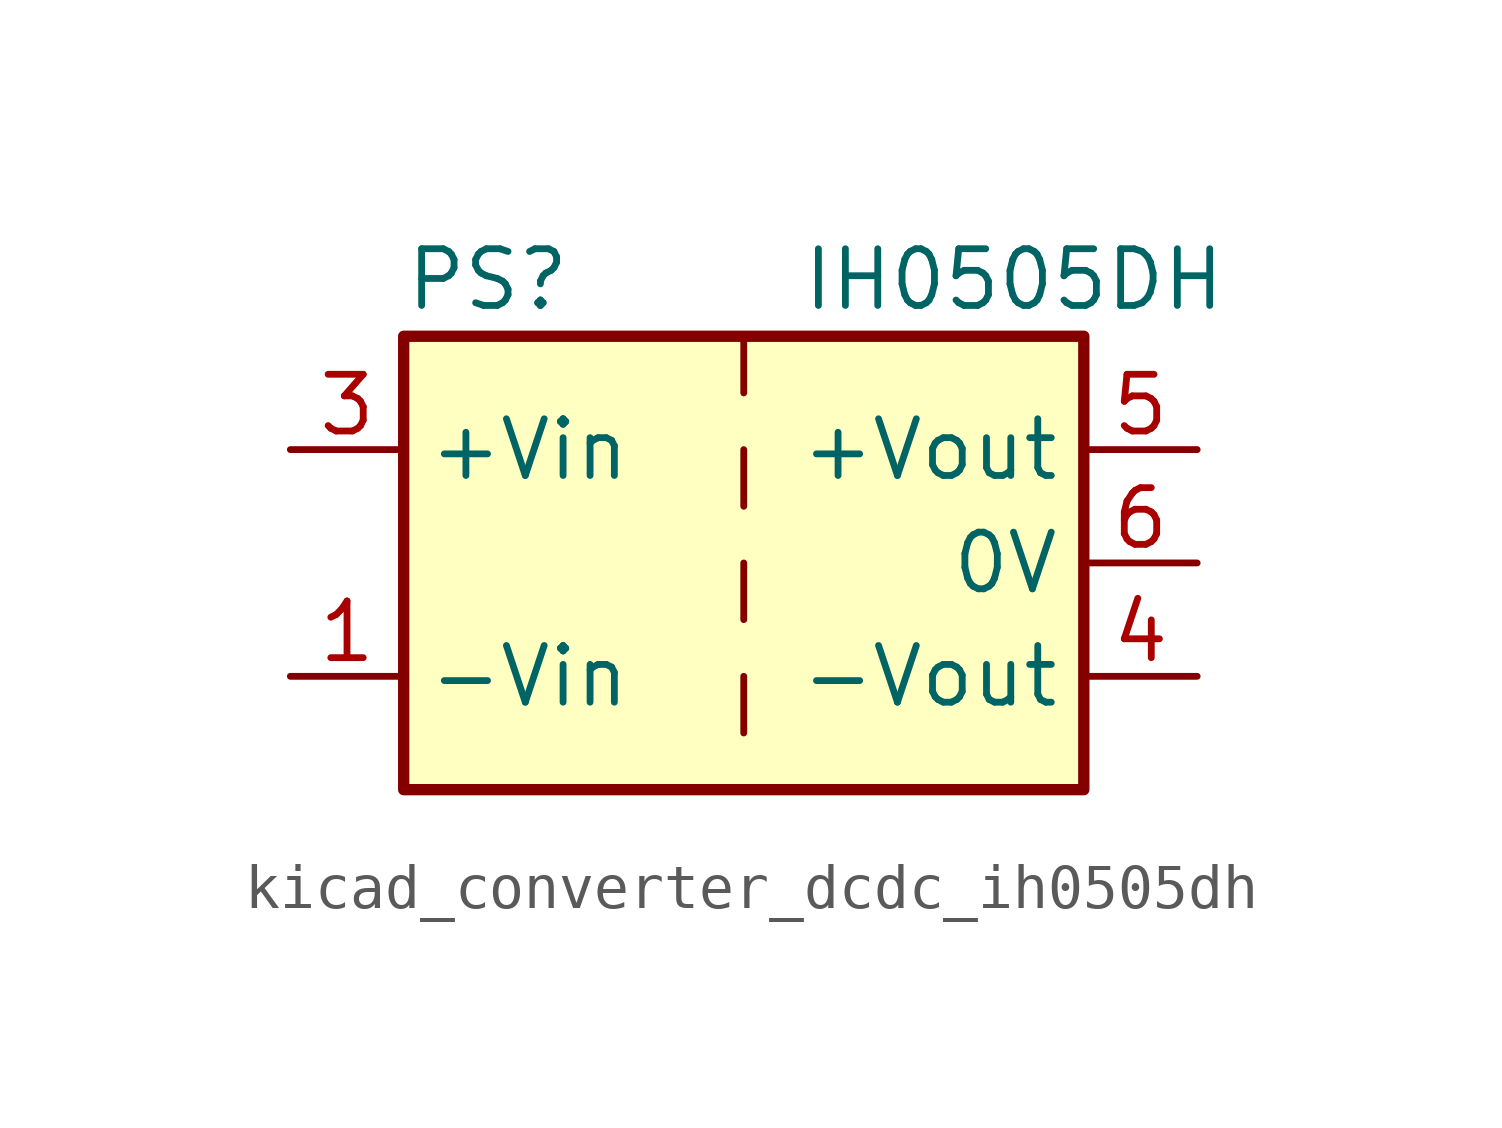
<source format=kicad_sym>
(kicad_symbol_lib
  (version 20220914)
  (generator kicad_symbol_editor)
  (symbol "kicad_converter_dcdc_ih0505dh"
    (property "Reference" "PS"
      (at -7.62 6.35 0)
      (effects (font (size 1.27 1.27)) (justify left)))
    (property "Value" "IH0505DH"
      (at 1.27 6.35 0)
      (effects (font (size 1.27 1.27)) (justify left)))
    (symbol "kicad_converter_dcdc_ih0505dh_0_0"
      (pin power_in line (at -10.16 -2.54 0) (length 2.54) (name "-Vin" (effects (font (size 1.27 1.27)))) (number "1" (effects (font (size 1.27 1.27)))))
      (pin power_in line (at -10.16 2.54 0) (length 2.54) (name "+Vin" (effects (font (size 1.27 1.27)))) (number "3" (effects (font (size 1.27 1.27)))))
      (pin power_out line (at 10.16 -2.54 180) (length 2.54) (name "-Vout" (effects (font (size 1.27 1.27)))) (number "4" (effects (font (size 1.27 1.27)))))
      (pin power_out line (at 10.16 2.54 180) (length 2.54) (name "+Vout" (effects (font (size 1.27 1.27)))) (number "5" (effects (font (size 1.27 1.27)))))
      (pin power_out line (at 10.16 0 180) (length 2.54) (name "0V" (effects (font (size 1.27 1.27)))) (number "6" (effects (font (size 1.27 1.27))))))
    (symbol "kicad_converter_dcdc_ih0505dh_0_1"
      (rectangle (start -7.62 5.08) (end 7.62 -5.08) (stroke (width 0.254) (type default)) (fill (type background)))
      (polyline (pts (xy 0 -2.54) (xy 0 -3.81)) (stroke (width 0) (type default)) (fill (type none)))
      (polyline (pts (xy 0 0) (xy 0 -1.27)) (stroke (width 0) (type default)) (fill (type none)))
      (polyline (pts (xy 0 2.54) (xy 0 1.27)) (stroke (width 0) (type default)) (fill (type none)))
      (polyline (pts (xy 0 5.08) (xy 0 3.81)) (stroke (width 0) (type default)) (fill (type none))))
    (symbol "kicad_converter_dcdc_ih0505dh_1_1"
      (pin no_connect line (at 0 -5.08 90) (length 2.54) hide (name "NC" (effects (font (size 1.27 1.27)))) (number "2" (effects (font (size 1.27 1.27))))))))
</source>
